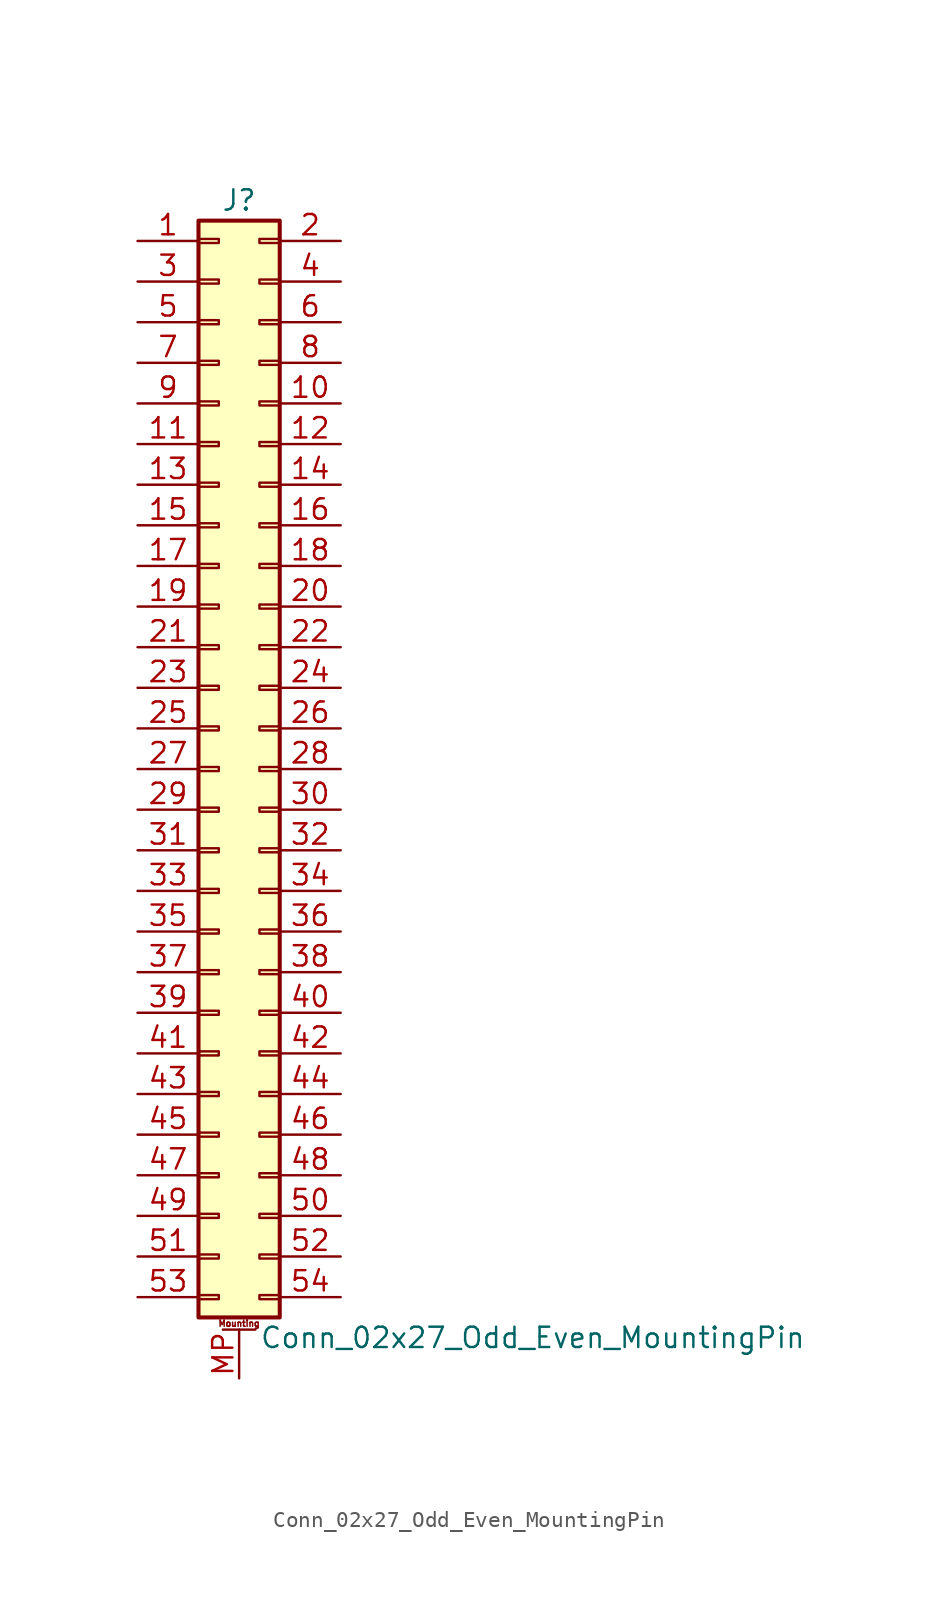
<source format=kicad_sym>
(kicad_symbol_lib
  (version 20211014)
  (generator kicad_symbol_editor)
  (symbol "Conn_02x27_Odd_Even_MountingPin"
    (pin_names
      (offset 1.016) hide)
    (property "Reference" "J"
      (at 1.27 35.56 0)
      (effects (font (size 1.27 1.27))))
    (property "Value" "Conn_02x27_Odd_Even_MountingPin"
      (at 2.54 -35.56 0)
      (effects (font (size 1.27 1.27)) (justify left)))
    (symbol "Conn_02x27_Odd_Even_MountingPin_1_1"
      (rectangle (start -1.27 -32.893) (end 0 -33.147) (stroke (width 0.152) (type default) (color 0 0 0 0)) (fill (type none)))
      (rectangle (start -1.27 -30.353) (end 0 -30.607) (stroke (width 0.152) (type default) (color 0 0 0 0)) (fill (type none)))
      (rectangle (start -1.27 -27.813) (end 0 -28.067) (stroke (width 0.152) (type default) (color 0 0 0 0)) (fill (type none)))
      (rectangle (start -1.27 -25.273) (end 0 -25.527) (stroke (width 0.152) (type default) (color 0 0 0 0)) (fill (type none)))
      (rectangle (start -1.27 -22.733) (end 0 -22.987) (stroke (width 0.152) (type default) (color 0 0 0 0)) (fill (type none)))
      (rectangle (start -1.27 -20.193) (end 0 -20.447) (stroke (width 0.152) (type default) (color 0 0 0 0)) (fill (type none)))
      (rectangle (start -1.27 -17.653) (end 0 -17.907) (stroke (width 0.152) (type default) (color 0 0 0 0)) (fill (type none)))
      (rectangle (start -1.27 -15.113) (end 0 -15.367) (stroke (width 0.152) (type default) (color 0 0 0 0)) (fill (type none)))
      (rectangle (start -1.27 -12.573) (end 0 -12.827) (stroke (width 0.152) (type default) (color 0 0 0 0)) (fill (type none)))
      (rectangle (start -1.27 -10.033) (end 0 -10.287) (stroke (width 0.152) (type default) (color 0 0 0 0)) (fill (type none)))
      (rectangle (start -1.27 -7.493) (end 0 -7.747) (stroke (width 0.152) (type default) (color 0 0 0 0)) (fill (type none)))
      (rectangle (start -1.27 -4.953) (end 0 -5.207) (stroke (width 0.152) (type default) (color 0 0 0 0)) (fill (type none)))
      (rectangle (start -1.27 -2.413) (end 0 -2.667) (stroke (width 0.152) (type default) (color 0 0 0 0)) (fill (type none)))
      (rectangle (start -1.27 0.127) (end 0 -0.127) (stroke (width 0.152) (type default) (color 0 0 0 0)) (fill (type none)))
      (rectangle (start -1.27 2.667) (end 0 2.413) (stroke (width 0.152) (type default) (color 0 0 0 0)) (fill (type none)))
      (rectangle (start -1.27 5.207) (end 0 4.953) (stroke (width 0.152) (type default) (color 0 0 0 0)) (fill (type none)))
      (rectangle (start -1.27 7.747) (end 0 7.493) (stroke (width 0.152) (type default) (color 0 0 0 0)) (fill (type none)))
      (rectangle (start -1.27 10.287) (end 0 10.033) (stroke (width 0.152) (type default) (color 0 0 0 0)) (fill (type none)))
      (rectangle (start -1.27 12.827) (end 0 12.573) (stroke (width 0.152) (type default) (color 0 0 0 0)) (fill (type none)))
      (rectangle (start -1.27 15.367) (end 0 15.113) (stroke (width 0.152) (type default) (color 0 0 0 0)) (fill (type none)))
      (rectangle (start -1.27 17.907) (end 0 17.653) (stroke (width 0.152) (type default) (color 0 0 0 0)) (fill (type none)))
      (rectangle (start -1.27 20.447) (end 0 20.193) (stroke (width 0.152) (type default) (color 0 0 0 0)) (fill (type none)))
      (rectangle (start -1.27 22.987) (end 0 22.733) (stroke (width 0.152) (type default) (color 0 0 0 0)) (fill (type none)))
      (rectangle (start -1.27 25.527) (end 0 25.273) (stroke (width 0.152) (type default) (color 0 0 0 0)) (fill (type none)))
      (rectangle (start -1.27 28.067) (end 0 27.813) (stroke (width 0.152) (type default) (color 0 0 0 0)) (fill (type none)))
      (rectangle (start -1.27 30.607) (end 0 30.353) (stroke (width 0.152) (type default) (color 0 0 0 0)) (fill (type none)))
      (rectangle (start -1.27 33.147) (end 0 32.893) (stroke (width 0.152) (type default) (color 0 0 0 0)) (fill (type none)))
      (rectangle (start -1.27 34.29) (end 3.81 -34.29) (stroke (width 0.254) (type default) (color 0 0 0 0)) (fill (type background)))
      (polyline (pts (xy 0.254 -35.052) (xy 2.286 -35.052)) (stroke (width 0.152) (type default) (color 0 0 0 0)) (fill (type none)))
      (rectangle (start 3.81 -32.893) (end 2.54 -33.147) (stroke (width 0.152) (type default) (color 0 0 0 0)) (fill (type none)))
      (rectangle (start 3.81 -30.353) (end 2.54 -30.607) (stroke (width 0.152) (type default) (color 0 0 0 0)) (fill (type none)))
      (rectangle (start 3.81 -27.813) (end 2.54 -28.067) (stroke (width 0.152) (type default) (color 0 0 0 0)) (fill (type none)))
      (rectangle (start 3.81 -25.273) (end 2.54 -25.527) (stroke (width 0.152) (type default) (color 0 0 0 0)) (fill (type none)))
      (rectangle (start 3.81 -22.733) (end 2.54 -22.987) (stroke (width 0.152) (type default) (color 0 0 0 0)) (fill (type none)))
      (rectangle (start 3.81 -20.193) (end 2.54 -20.447) (stroke (width 0.152) (type default) (color 0 0 0 0)) (fill (type none)))
      (rectangle (start 3.81 -17.653) (end 2.54 -17.907) (stroke (width 0.152) (type default) (color 0 0 0 0)) (fill (type none)))
      (rectangle (start 3.81 -15.113) (end 2.54 -15.367) (stroke (width 0.152) (type default) (color 0 0 0 0)) (fill (type none)))
      (rectangle (start 3.81 -12.573) (end 2.54 -12.827) (stroke (width 0.152) (type default) (color 0 0 0 0)) (fill (type none)))
      (rectangle (start 3.81 -10.033) (end 2.54 -10.287) (stroke (width 0.152) (type default) (color 0 0 0 0)) (fill (type none)))
      (rectangle (start 3.81 -7.493) (end 2.54 -7.747) (stroke (width 0.152) (type default) (color 0 0 0 0)) (fill (type none)))
      (rectangle (start 3.81 -4.953) (end 2.54 -5.207) (stroke (width 0.152) (type default) (color 0 0 0 0)) (fill (type none)))
      (rectangle (start 3.81 -2.413) (end 2.54 -2.667) (stroke (width 0.152) (type default) (color 0 0 0 0)) (fill (type none)))
      (rectangle (start 3.81 0.127) (end 2.54 -0.127) (stroke (width 0.152) (type default) (color 0 0 0 0)) (fill (type none)))
      (rectangle (start 3.81 2.667) (end 2.54 2.413) (stroke (width 0.152) (type default) (color 0 0 0 0)) (fill (type none)))
      (rectangle (start 3.81 5.207) (end 2.54 4.953) (stroke (width 0.152) (type default) (color 0 0 0 0)) (fill (type none)))
      (rectangle (start 3.81 7.747) (end 2.54 7.493) (stroke (width 0.152) (type default) (color 0 0 0 0)) (fill (type none)))
      (rectangle (start 3.81 10.287) (end 2.54 10.033) (stroke (width 0.152) (type default) (color 0 0 0 0)) (fill (type none)))
      (rectangle (start 3.81 12.827) (end 2.54 12.573) (stroke (width 0.152) (type default) (color 0 0 0 0)) (fill (type none)))
      (rectangle (start 3.81 15.367) (end 2.54 15.113) (stroke (width 0.152) (type default) (color 0 0 0 0)) (fill (type none)))
      (rectangle (start 3.81 17.907) (end 2.54 17.653) (stroke (width 0.152) (type default) (color 0 0 0 0)) (fill (type none)))
      (rectangle (start 3.81 20.447) (end 2.54 20.193) (stroke (width 0.152) (type default) (color 0 0 0 0)) (fill (type none)))
      (rectangle (start 3.81 22.987) (end 2.54 22.733) (stroke (width 0.152) (type default) (color 0 0 0 0)) (fill (type none)))
      (rectangle (start 3.81 25.527) (end 2.54 25.273) (stroke (width 0.152) (type default) (color 0 0 0 0)) (fill (type none)))
      (rectangle (start 3.81 28.067) (end 2.54 27.813) (stroke (width 0.152) (type default) (color 0 0 0 0)) (fill (type none)))
      (rectangle (start 3.81 30.607) (end 2.54 30.353) (stroke (width 0.152) (type default) (color 0 0 0 0)) (fill (type none)))
      (rectangle (start 3.81 33.147) (end 2.54 32.893) (stroke (width 0.152) (type default) (color 0 0 0 0)) (fill (type none)))
      (text "Mounting" (at 1.27 -34.671 0) (effects (font (size 0.381 0.381))))
      (pin passive line (at -5.08 33.02 0) (length 3.81) (name "Pin_1" (effects (font (size 1.27 1.27)))) (number "1" (effects (font (size 1.27 1.27)))))
      (pin passive line (at 7.62 22.86 180) (length 3.81) (name "Pin_10" (effects (font (size 1.27 1.27)))) (number "10" (effects (font (size 1.27 1.27)))))
      (pin passive line (at -5.08 20.32 0) (length 3.81) (name "Pin_11" (effects (font (size 1.27 1.27)))) (number "11" (effects (font (size 1.27 1.27)))))
      (pin passive line (at 7.62 20.32 180) (length 3.81) (name "Pin_12" (effects (font (size 1.27 1.27)))) (number "12" (effects (font (size 1.27 1.27)))))
      (pin passive line (at -5.08 17.78 0) (length 3.81) (name "Pin_13" (effects (font (size 1.27 1.27)))) (number "13" (effects (font (size 1.27 1.27)))))
      (pin passive line (at 7.62 17.78 180) (length 3.81) (name "Pin_14" (effects (font (size 1.27 1.27)))) (number "14" (effects (font (size 1.27 1.27)))))
      (pin passive line (at -5.08 15.24 0) (length 3.81) (name "Pin_15" (effects (font (size 1.27 1.27)))) (number "15" (effects (font (size 1.27 1.27)))))
      (pin passive line (at 7.62 15.24 180) (length 3.81) (name "Pin_16" (effects (font (size 1.27 1.27)))) (number "16" (effects (font (size 1.27 1.27)))))
      (pin passive line (at -5.08 12.7 0) (length 3.81) (name "Pin_17" (effects (font (size 1.27 1.27)))) (number "17" (effects (font (size 1.27 1.27)))))
      (pin passive line (at 7.62 12.7 180) (length 3.81) (name "Pin_18" (effects (font (size 1.27 1.27)))) (number "18" (effects (font (size 1.27 1.27)))))
      (pin passive line (at -5.08 10.16 0) (length 3.81) (name "Pin_19" (effects (font (size 1.27 1.27)))) (number "19" (effects (font (size 1.27 1.27)))))
      (pin passive line (at 7.62 33.02 180) (length 3.81) (name "Pin_2" (effects (font (size 1.27 1.27)))) (number "2" (effects (font (size 1.27 1.27)))))
      (pin passive line (at 7.62 10.16 180) (length 3.81) (name "Pin_20" (effects (font (size 1.27 1.27)))) (number "20" (effects (font (size 1.27 1.27)))))
      (pin passive line (at -5.08 7.62 0) (length 3.81) (name "Pin_21" (effects (font (size 1.27 1.27)))) (number "21" (effects (font (size 1.27 1.27)))))
      (pin passive line (at 7.62 7.62 180) (length 3.81) (name "Pin_22" (effects (font (size 1.27 1.27)))) (number "22" (effects (font (size 1.27 1.27)))))
      (pin passive line (at -5.08 5.08 0) (length 3.81) (name "Pin_23" (effects (font (size 1.27 1.27)))) (number "23" (effects (font (size 1.27 1.27)))))
      (pin passive line (at 7.62 5.08 180) (length 3.81) (name "Pin_24" (effects (font (size 1.27 1.27)))) (number "24" (effects (font (size 1.27 1.27)))))
      (pin passive line (at -5.08 2.54 0) (length 3.81) (name "Pin_25" (effects (font (size 1.27 1.27)))) (number "25" (effects (font (size 1.27 1.27)))))
      (pin passive line (at 7.62 2.54 180) (length 3.81) (name "Pin_26" (effects (font (size 1.27 1.27)))) (number "26" (effects (font (size 1.27 1.27)))))
      (pin passive line (at -5.08 0 0) (length 3.81) (name "Pin_27" (effects (font (size 1.27 1.27)))) (number "27" (effects (font (size 1.27 1.27)))))
      (pin passive line (at 7.62 0 180) (length 3.81) (name "Pin_28" (effects (font (size 1.27 1.27)))) (number "28" (effects (font (size 1.27 1.27)))))
      (pin passive line (at -5.08 -2.54 0) (length 3.81) (name "Pin_29" (effects (font (size 1.27 1.27)))) (number "29" (effects (font (size 1.27 1.27)))))
      (pin passive line (at -5.08 30.48 0) (length 3.81) (name "Pin_3" (effects (font (size 1.27 1.27)))) (number "3" (effects (font (size 1.27 1.27)))))
      (pin passive line (at 7.62 -2.54 180) (length 3.81) (name "Pin_30" (effects (font (size 1.27 1.27)))) (number "30" (effects (font (size 1.27 1.27)))))
      (pin passive line (at -5.08 -5.08 0) (length 3.81) (name "Pin_31" (effects (font (size 1.27 1.27)))) (number "31" (effects (font (size 1.27 1.27)))))
      (pin passive line (at 7.62 -5.08 180) (length 3.81) (name "Pin_32" (effects (font (size 1.27 1.27)))) (number "32" (effects (font (size 1.27 1.27)))))
      (pin passive line (at -5.08 -7.62 0) (length 3.81) (name "Pin_33" (effects (font (size 1.27 1.27)))) (number "33" (effects (font (size 1.27 1.27)))))
      (pin passive line (at 7.62 -7.62 180) (length 3.81) (name "Pin_34" (effects (font (size 1.27 1.27)))) (number "34" (effects (font (size 1.27 1.27)))))
      (pin passive line (at -5.08 -10.16 0) (length 3.81) (name "Pin_35" (effects (font (size 1.27 1.27)))) (number "35" (effects (font (size 1.27 1.27)))))
      (pin passive line (at 7.62 -10.16 180) (length 3.81) (name "Pin_36" (effects (font (size 1.27 1.27)))) (number "36" (effects (font (size 1.27 1.27)))))
      (pin passive line (at -5.08 -12.7 0) (length 3.81) (name "Pin_37" (effects (font (size 1.27 1.27)))) (number "37" (effects (font (size 1.27 1.27)))))
      (pin passive line (at 7.62 -12.7 180) (length 3.81) (name "Pin_38" (effects (font (size 1.27 1.27)))) (number "38" (effects (font (size 1.27 1.27)))))
      (pin passive line (at -5.08 -15.24 0) (length 3.81) (name "Pin_39" (effects (font (size 1.27 1.27)))) (number "39" (effects (font (size 1.27 1.27)))))
      (pin passive line (at 7.62 30.48 180) (length 3.81) (name "Pin_4" (effects (font (size 1.27 1.27)))) (number "4" (effects (font (size 1.27 1.27)))))
      (pin passive line (at 7.62 -15.24 180) (length 3.81) (name "Pin_40" (effects (font (size 1.27 1.27)))) (number "40" (effects (font (size 1.27 1.27)))))
      (pin passive line (at -5.08 -17.78 0) (length 3.81) (name "Pin_41" (effects (font (size 1.27 1.27)))) (number "41" (effects (font (size 1.27 1.27)))))
      (pin passive line (at 7.62 -17.78 180) (length 3.81) (name "Pin_42" (effects (font (size 1.27 1.27)))) (number "42" (effects (font (size 1.27 1.27)))))
      (pin passive line (at -5.08 -20.32 0) (length 3.81) (name "Pin_43" (effects (font (size 1.27 1.27)))) (number "43" (effects (font (size 1.27 1.27)))))
      (pin passive line (at 7.62 -20.32 180) (length 3.81) (name "Pin_44" (effects (font (size 1.27 1.27)))) (number "44" (effects (font (size 1.27 1.27)))))
      (pin passive line (at -5.08 -22.86 0) (length 3.81) (name "Pin_45" (effects (font (size 1.27 1.27)))) (number "45" (effects (font (size 1.27 1.27)))))
      (pin passive line (at 7.62 -22.86 180) (length 3.81) (name "Pin_46" (effects (font (size 1.27 1.27)))) (number "46" (effects (font (size 1.27 1.27)))))
      (pin passive line (at -5.08 -25.4 0) (length 3.81) (name "Pin_47" (effects (font (size 1.27 1.27)))) (number "47" (effects (font (size 1.27 1.27)))))
      (pin passive line (at 7.62 -25.4 180) (length 3.81) (name "Pin_48" (effects (font (size 1.27 1.27)))) (number "48" (effects (font (size 1.27 1.27)))))
      (pin passive line (at -5.08 -27.94 0) (length 3.81) (name "Pin_49" (effects (font (size 1.27 1.27)))) (number "49" (effects (font (size 1.27 1.27)))))
      (pin passive line (at -5.08 27.94 0) (length 3.81) (name "Pin_5" (effects (font (size 1.27 1.27)))) (number "5" (effects (font (size 1.27 1.27)))))
      (pin passive line (at 7.62 -27.94 180) (length 3.81) (name "Pin_50" (effects (font (size 1.27 1.27)))) (number "50" (effects (font (size 1.27 1.27)))))
      (pin passive line (at -5.08 -30.48 0) (length 3.81) (name "Pin_51" (effects (font (size 1.27 1.27)))) (number "51" (effects (font (size 1.27 1.27)))))
      (pin passive line (at 7.62 -30.48 180) (length 3.81) (name "Pin_52" (effects (font (size 1.27 1.27)))) (number "52" (effects (font (size 1.27 1.27)))))
      (pin passive line (at -5.08 -33.02 0) (length 3.81) (name "Pin_53" (effects (font (size 1.27 1.27)))) (number "53" (effects (font (size 1.27 1.27)))))
      (pin passive line (at 7.62 -33.02 180) (length 3.81) (name "Pin_54" (effects (font (size 1.27 1.27)))) (number "54" (effects (font (size 1.27 1.27)))))
      (pin passive line (at 7.62 27.94 180) (length 3.81) (name "Pin_6" (effects (font (size 1.27 1.27)))) (number "6" (effects (font (size 1.27 1.27)))))
      (pin passive line (at -5.08 25.4 0) (length 3.81) (name "Pin_7" (effects (font (size 1.27 1.27)))) (number "7" (effects (font (size 1.27 1.27)))))
      (pin passive line (at 7.62 25.4 180) (length 3.81) (name "Pin_8" (effects (font (size 1.27 1.27)))) (number "8" (effects (font (size 1.27 1.27)))))
      (pin passive line (at -5.08 22.86 0) (length 3.81) (name "Pin_9" (effects (font (size 1.27 1.27)))) (number "9" (effects (font (size 1.27 1.27)))))
      (pin passive line (at 1.27 -38.1 90) (length 3.048) (name "MountPin" (effects (font (size 1.27 1.27)))) (number "MP" (effects (font (size 1.27 1.27))))))))
</source>
